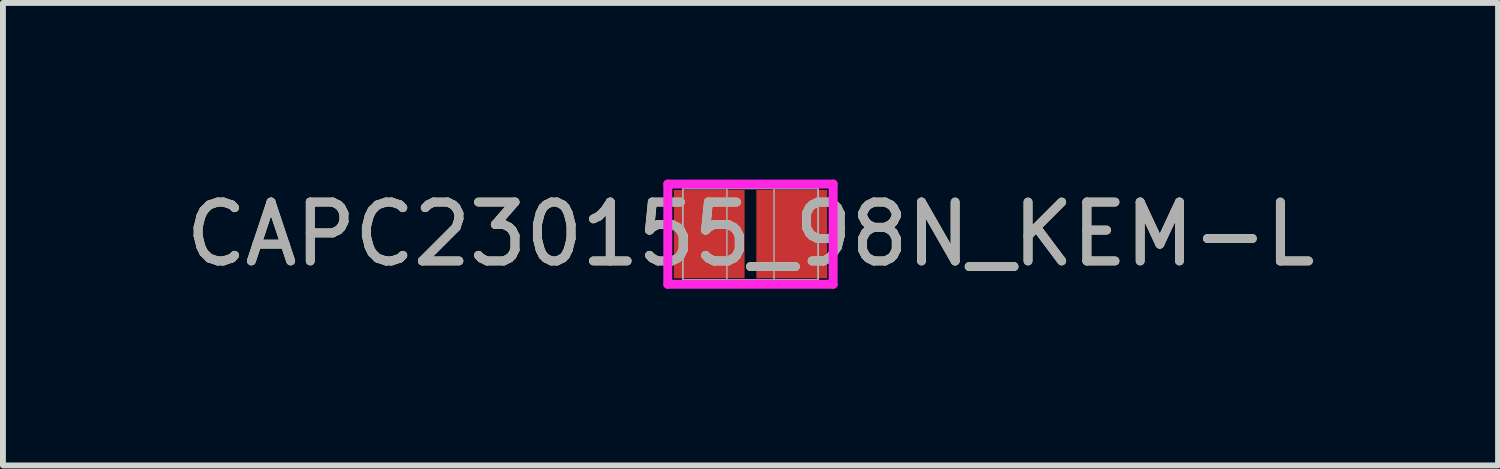
<source format=kicad_pcb>
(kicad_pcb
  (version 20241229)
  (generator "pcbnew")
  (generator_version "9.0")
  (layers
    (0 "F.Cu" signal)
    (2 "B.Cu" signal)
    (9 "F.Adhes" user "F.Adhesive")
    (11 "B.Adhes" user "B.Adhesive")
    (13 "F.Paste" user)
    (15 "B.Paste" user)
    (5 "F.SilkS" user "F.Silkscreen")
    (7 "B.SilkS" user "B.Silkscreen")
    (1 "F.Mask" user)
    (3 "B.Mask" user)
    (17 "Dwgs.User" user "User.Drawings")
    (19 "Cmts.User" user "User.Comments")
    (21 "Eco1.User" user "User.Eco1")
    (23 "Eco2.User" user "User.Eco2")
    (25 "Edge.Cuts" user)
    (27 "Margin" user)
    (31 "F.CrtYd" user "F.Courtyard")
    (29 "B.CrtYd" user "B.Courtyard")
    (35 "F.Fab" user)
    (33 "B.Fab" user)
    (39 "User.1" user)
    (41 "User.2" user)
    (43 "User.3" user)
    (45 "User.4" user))
  (footprint "CAPC230155_98N_KEM-L"
    (layer "F.Cu")
    (at 9.696 0.927)
    (property "Reference" "CAPC230155_98N_KEM-L" (at 0 0 0) (unlocked yes) (layer "F.SilkS") (effects (font (size 1 1) (thickness 0.15))))
    (attr smd)
    (fp_line (start -1.404 -0.851) (end 1.404 -0.851) (stroke (width 0.152) (type solid)) (layer "F.CrtYd"))
    (fp_line (start -1.404 0.851) (end -1.404 -0.851) (stroke (width 0.152) (type solid)) (layer "F.CrtYd"))
    (fp_line (start 1.404 -0.851) (end 1.404 0.851) (stroke (width 0.152) (type solid)) (layer "F.CrtYd"))
    (fp_line (start 1.404 0.851) (end -1.404 0.851) (stroke (width 0.152) (type solid)) (layer "F.CrtYd"))
    (fp_line (start -1.15 -0.775) (end -1.15 0.775) (stroke (width 0.025) (type solid)) (layer "F.Fab"))
    (fp_line (start -1.15 -0.775) (end -1.15 0.775) (stroke (width 0.025) (type solid)) (layer "F.Fab"))
    (fp_line (start -1.15 0.775) (end -0.4 0.775) (stroke (width 0.025) (type solid)) (layer "F.Fab"))
    (fp_line (start -1.15 0.775) (end 1.15 0.775) (stroke (width 0.025) (type solid)) (layer "F.Fab"))
    (fp_line (start -0.4 -0.775) (end -1.15 -0.775) (stroke (width 0.025) (type solid)) (layer "F.Fab"))
    (fp_line (start -0.4 0.775) (end -0.4 -0.775) (stroke (width 0.025) (type solid)) (layer "F.Fab"))
    (fp_line (start 0.4 -0.775) (end 0.4 0.775) (stroke (width 0.025) (type solid)) (layer "F.Fab"))
    (fp_line (start 0.4 0.775) (end 1.15 0.775) (stroke (width 0.025) (type solid)) (layer "F.Fab"))
    (fp_line (start 1.15 -0.775) (end -1.15 -0.775) (stroke (width 0.025) (type solid)) (layer "F.Fab"))
    (fp_line (start 1.15 -0.775) (end 0.4 -0.775) (stroke (width 0.025) (type solid)) (layer "F.Fab"))
    (fp_line (start 1.15 0.775) (end 1.15 -0.775) (stroke (width 0.025) (type solid)) (layer "F.Fab"))
    (fp_line (start 1.15 0.775) (end 1.15 -0.775) (stroke (width 0.025) (type solid)) (layer "F.Fab"))
    (fp_text user "${REFERENCE}" (at 0 0 0) (unlocked yes) (layer "F.Fab") (effects (font (size 1 1) (thickness 0.15))))
    (pad "1" smd rect (at -0.701 0) (size 1.202 1.499) (layers "F.Cu" "F.Mask" "F.Paste"))
    (pad "2" smd rect (at 0.701 0) (size 1.202 1.499) (layers "F.Cu" "F.Mask" "F.Paste"))
    (zone (net_name "") (layer "F.Cu") (hatch full 0.508) (connect_pads) (min_thickness 0.254) (filled_areas_thickness no) (keepout (tracks not_allowed) (vias not_allowed) (pads allowed) (copperpour not_allowed) (footprints allowed)) (placement (enabled no)) (fill) (polygon (pts (xy 9.647 0.203) (xy 9.746 0.203) (xy 9.746 1.652) (xy 9.647 1.652)))))
  (gr_rect
    (start -3 -3)
    (end 22.393 4.855)
    (stroke (width 0.1) (type default))
    (fill no)
    (layer "Edge.Cuts")))
</source>
